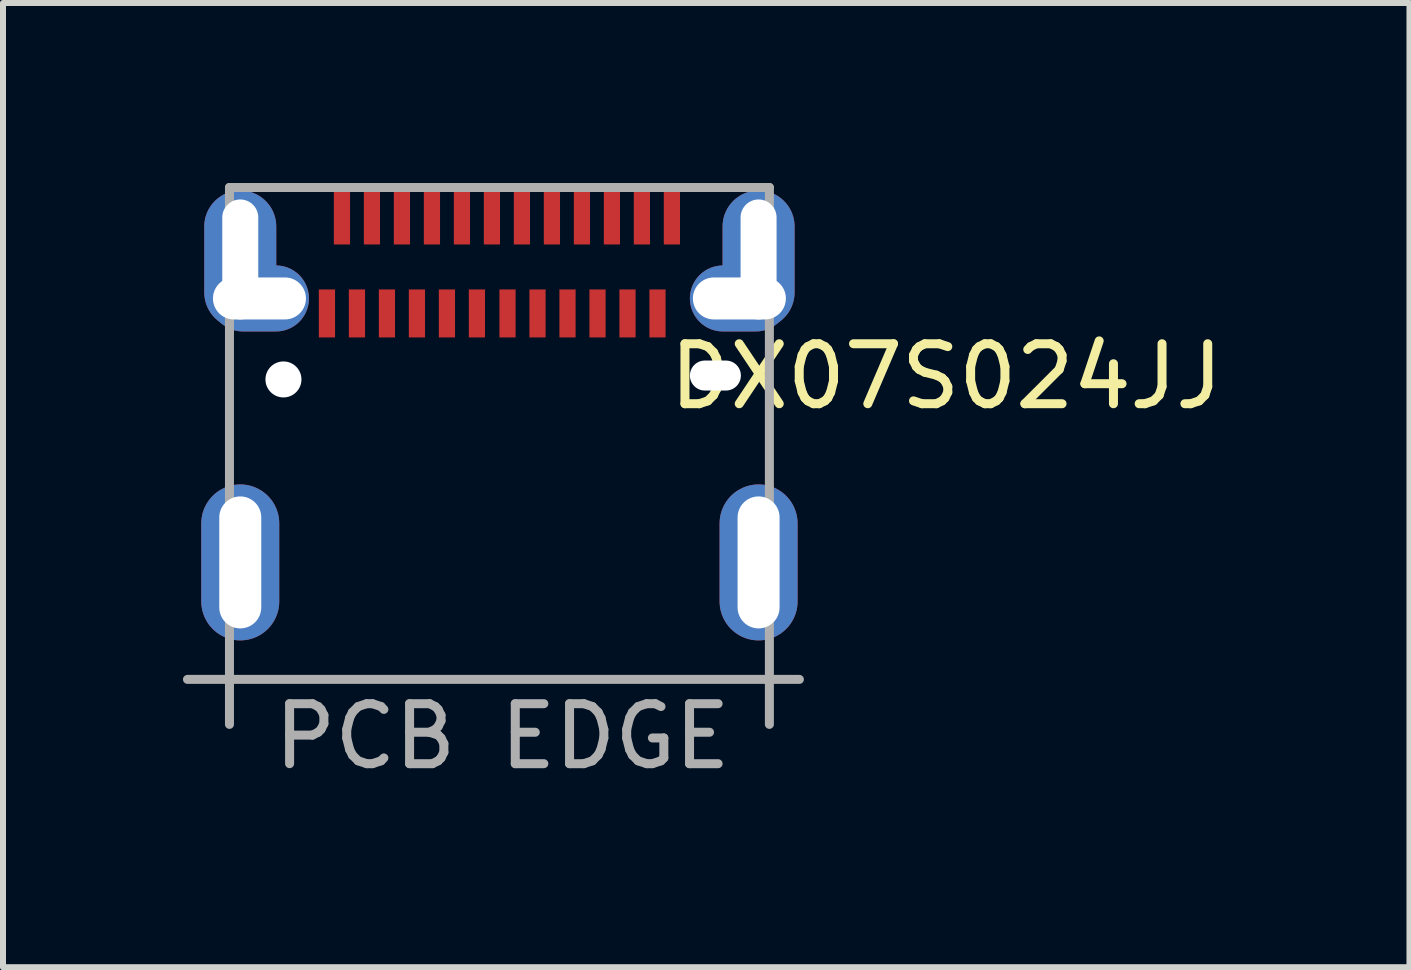
<source format=kicad_pcb>
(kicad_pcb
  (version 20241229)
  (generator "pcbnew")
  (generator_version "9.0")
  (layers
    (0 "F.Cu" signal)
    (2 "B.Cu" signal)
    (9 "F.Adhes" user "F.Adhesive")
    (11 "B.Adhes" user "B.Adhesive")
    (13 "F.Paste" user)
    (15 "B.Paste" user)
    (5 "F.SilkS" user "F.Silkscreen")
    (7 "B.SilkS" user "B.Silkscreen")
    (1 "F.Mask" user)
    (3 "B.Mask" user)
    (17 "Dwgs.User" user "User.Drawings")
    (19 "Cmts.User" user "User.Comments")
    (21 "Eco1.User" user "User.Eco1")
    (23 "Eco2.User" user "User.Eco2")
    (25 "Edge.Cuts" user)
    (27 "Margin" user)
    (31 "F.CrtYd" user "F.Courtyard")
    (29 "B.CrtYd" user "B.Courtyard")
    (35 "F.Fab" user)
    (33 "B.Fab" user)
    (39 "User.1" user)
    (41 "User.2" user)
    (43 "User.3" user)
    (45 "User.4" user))
  (footprint "DX07S024JJ"
    (layer "F.Cu")
    (at 5.275 6.325)
    (property "Reference" "DX07S024JJ" (at 7.45 -3.1 0) (layer "F.SilkS") (effects (font (size 1 1) (thickness 0.15))))
    (attr through_hole)
    (fp_line (start -4.5 -6.25) (end 4.5 -6.25) (stroke (width 0.15) (type solid)) (layer "F.Fab"))
    (fp_line (start -4.5 2.7) (end -4.5 -6.25) (stroke (width 0.15) (type solid)) (layer "F.Fab"))
    (fp_line (start 4.5 2.7) (end 4.5 -6.25) (stroke (width 0.15) (type solid)) (layer "F.Fab"))
    (fp_line (start 5 1.95) (end -5.2 1.95) (stroke (width 0.15) (type solid)) (layer "F.Fab"))
    (fp_text user "PCB EDGE" (at 0.05 2.9 0) (layer "F.Fab") (effects (font (size 1 1) (thickness 0.15))))
    (pad "" np_thru_hole oval (at -4.32 -5.05) (size 1.2 2.3) (drill oval 0.6 2) (layers "*.Cu" "*.Mask"))
    (pad "" np_thru_hole oval (at -4.32 0) (size 1.3 2.6) (drill oval 0.7 2.2) (layers "*.Cu" "*.Mask"))
    (pad "" np_thru_hole oval (at -4 -4.4) (size 1.65 1.1) (drill oval 1.55 0.7) (layers "*.Cu" "*.Mask"))
    (pad "" np_thru_hole circle (at -3.6 -3.05) (size 0.6 0.6) (drill 0.6) (layers "*.Cu" "*.Mask"))
    (pad "" np_thru_hole oval (at 3.6 -3.115) (size 0.85 0.5) (drill oval 0.85 0.5) (layers "*.Cu" "*.Mask"))
    (pad "" np_thru_hole oval (at 4 -4.4) (size 1.65 1.1) (drill oval 1.55 0.7) (layers "*.Cu" "*.Mask"))
    (pad "" np_thru_hole oval (at 4.32 -5.05) (size 1.2 2.3) (drill oval 0.6 2) (layers "*.Cu" "*.Mask"))
    (pad "" np_thru_hole oval (at 4.32 0) (size 1.3 2.6) (drill oval 0.7 2.2) (layers "*.Cu" "*.Mask"))
    (pad "1" smd rect (at -2.625 -5.75) (size 0.27 0.9) (layers "F.Cu" "F.Mask" "F.Paste"))
    (pad "2" smd rect (at -2.125 -5.75) (size 0.27 0.9) (layers "F.Cu" "F.Mask" "F.Paste"))
    (pad "3" smd rect (at -1.625 -5.75) (size 0.27 0.9) (layers "F.Cu" "F.Mask" "F.Paste"))
    (pad "4" smd rect (at -1.125 -5.75) (size 0.27 0.9) (layers "F.Cu" "F.Mask" "F.Paste"))
    (pad "5" smd rect (at -0.625 -5.75) (size 0.27 0.9) (layers "F.Cu" "F.Mask" "F.Paste"))
    (pad "6" smd rect (at -0.125 -5.75) (size 0.27 0.9) (layers "F.Cu" "F.Mask" "F.Paste"))
    (pad "7" smd rect (at 0.375 -5.75) (size 0.27 0.9) (layers "F.Cu" "F.Mask" "F.Paste"))
    (pad "8" smd rect (at 0.875 -5.75) (size 0.27 0.9) (layers "F.Cu" "F.Mask" "F.Paste"))
    (pad "9" smd rect (at 1.375 -5.75) (size 0.27 0.9) (layers "F.Cu" "F.Mask" "F.Paste"))
    (pad "10" smd rect (at 1.875 -5.75) (size 0.27 0.9) (layers "F.Cu" "F.Mask" "F.Paste"))
    (pad "11" smd rect (at 2.375 -5.75) (size 0.27 0.9) (layers "F.Cu" "F.Mask" "F.Paste"))
    (pad "12" smd rect (at 2.875 -5.75) (size 0.27 0.9) (layers "F.Cu" "F.Mask" "F.Paste"))
    (pad "13" smd rect (at 2.635 -4.15) (size 0.27 0.8) (layers "F.Cu" "F.Mask" "F.Paste"))
    (pad "14" smd rect (at 2.135 -4.15) (size 0.27 0.8) (layers "F.Cu" "F.Mask" "F.Paste"))
    (pad "15" smd rect (at 1.635 -4.15) (size 0.27 0.8) (layers "F.Cu" "F.Mask" "F.Paste"))
    (pad "16" smd rect (at 1.135 -4.15) (size 0.27 0.8) (layers "F.Cu" "F.Mask" "F.Paste"))
    (pad "17" smd rect (at 0.635 -4.15) (size 0.27 0.8) (layers "F.Cu" "F.Mask" "F.Paste"))
    (pad "18" smd rect (at 0.135 -4.15) (size 0.27 0.8) (layers "F.Cu" "F.Mask" "F.Paste"))
    (pad "19" smd rect (at -0.375 -4.15) (size 0.27 0.8) (layers "F.Cu" "F.Mask" "F.Paste"))
    (pad "20" smd rect (at -0.875 -4.15) (size 0.27 0.8) (layers "F.Cu" "F.Mask" "F.Paste"))
    (pad "21" smd rect (at -1.375 -4.15) (size 0.27 0.8) (layers "F.Cu" "F.Mask" "F.Paste"))
    (pad "22" smd rect (at -1.875 -4.15) (size 0.27 0.8) (layers "F.Cu" "F.Mask" "F.Paste"))
    (pad "23" smd rect (at -2.375 -4.15) (size 0.27 0.8) (layers "F.Cu" "F.Mask" "F.Paste"))
    (pad "24" smd rect (at -2.875 -4.15) (size 0.27 0.8) (layers "F.Cu" "F.Mask" "F.Paste")))
  (gr_rect
    (start -3 -3)
    (end 20.445 13.073)
    (stroke (width 0.1) (type default))
    (fill no)
    (layer "Edge.Cuts")))
</source>
